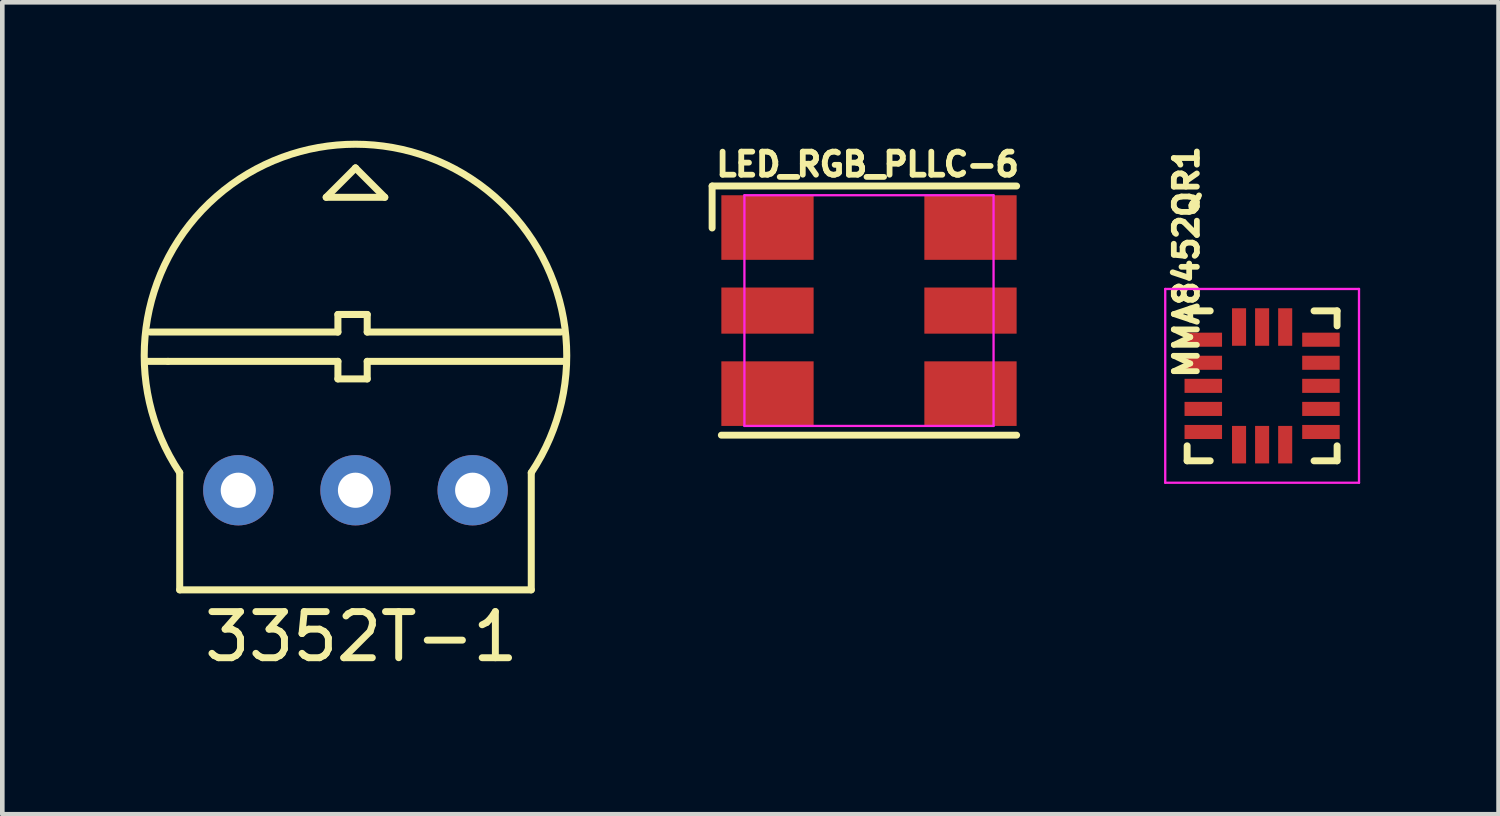
<source format=kicad_pcb>
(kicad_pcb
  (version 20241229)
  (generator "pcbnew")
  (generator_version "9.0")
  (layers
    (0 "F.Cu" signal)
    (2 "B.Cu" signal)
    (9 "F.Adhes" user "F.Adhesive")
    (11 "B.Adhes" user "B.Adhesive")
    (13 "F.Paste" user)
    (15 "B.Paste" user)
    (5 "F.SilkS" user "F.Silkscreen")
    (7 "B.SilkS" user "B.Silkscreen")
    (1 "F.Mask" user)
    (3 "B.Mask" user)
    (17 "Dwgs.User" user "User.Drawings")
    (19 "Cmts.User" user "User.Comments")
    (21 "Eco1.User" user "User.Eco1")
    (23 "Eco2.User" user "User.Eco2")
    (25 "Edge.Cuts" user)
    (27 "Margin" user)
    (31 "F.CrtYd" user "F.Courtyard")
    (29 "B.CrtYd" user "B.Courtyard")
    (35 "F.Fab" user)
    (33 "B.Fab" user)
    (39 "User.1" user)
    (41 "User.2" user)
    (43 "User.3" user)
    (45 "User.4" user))
  (footprint "MMA8452QR1"
    (layer "F.Cu")
    (at 24.306 5.313)
    (property "Reference" "MMA8452QR1" (at -1.639 -2.687 90) (layer "F.SilkS") (effects (font (size 0.5 0.5) (thickness 0.125))))
    (attr smd)
    (fp_line (start -1.625 -1.625) (end -1.125 -1.625) (stroke (width 0.15) (type solid)) (layer "F.SilkS"))
    (fp_line (start -1.625 1.625) (end -1.625 1.3) (stroke (width 0.15) (type solid)) (layer "F.SilkS"))
    (fp_line (start -1.625 1.625) (end -1.125 1.625) (stroke (width 0.15) (type solid)) (layer "F.SilkS"))
    (fp_line (start 1.625 -1.625) (end 1.125 -1.625) (stroke (width 0.15) (type solid)) (layer "F.SilkS"))
    (fp_line (start 1.625 -1.625) (end 1.625 -1.3) (stroke (width 0.15) (type solid)) (layer "F.SilkS"))
    (fp_line (start 1.625 1.625) (end 1.125 1.625) (stroke (width 0.15) (type solid)) (layer "F.SilkS"))
    (fp_line (start 1.625 1.625) (end 1.625 1.3) (stroke (width 0.15) (type solid)) (layer "F.SilkS"))
    (fp_line (start -2.1 -2.1) (end -2.1 2.1) (stroke (width 0.05) (type solid)) (layer "F.CrtYd"))
    (fp_line (start -2.1 -2.1) (end 2.1 -2.1) (stroke (width 0.05) (type solid)) (layer "F.CrtYd"))
    (fp_line (start -2.1 2.1) (end 2.1 2.1) (stroke (width 0.05) (type solid)) (layer "F.CrtYd"))
    (fp_line (start 2.1 -2.1) (end 2.1 2.1) (stroke (width 0.05) (type solid)) (layer "F.CrtYd"))
    (pad "1" smd rect (at -1.275 -1) (size 0.813 0.305) (layers "F.Cu" "F.Mask" "F.Paste"))
    (pad "2" smd rect (at -1.275 -0.5) (size 0.813 0.305) (layers "F.Cu" "F.Mask" "F.Paste"))
    (pad "3" smd rect (at -1.275 0) (size 0.813 0.305) (layers "F.Cu" "F.Mask" "F.Paste"))
    (pad "4" smd rect (at -1.275 0.5) (size 0.813 0.305) (layers "F.Cu" "F.Mask" "F.Paste"))
    (pad "5" smd rect (at -1.275 1) (size 0.813 0.305) (layers "F.Cu" "F.Mask" "F.Paste"))
    (pad "6" smd rect (at -0.5 1.275 90) (size 0.813 0.305) (layers "F.Cu" "F.Mask" "F.Paste"))
    (pad "7" smd rect (at 0 1.275 90) (size 0.813 0.305) (layers "F.Cu" "F.Mask" "F.Paste"))
    (pad "8" smd rect (at 0.5 1.275 90) (size 0.813 0.305) (layers "F.Cu" "F.Mask" "F.Paste"))
    (pad "9" smd rect (at 1.275 1) (size 0.813 0.305) (layers "F.Cu" "F.Mask" "F.Paste"))
    (pad "10" smd rect (at 1.275 0.5) (size 0.813 0.305) (layers "F.Cu" "F.Mask" "F.Paste"))
    (pad "11" smd rect (at 1.275 0) (size 0.813 0.305) (layers "F.Cu" "F.Mask" "F.Paste"))
    (pad "12" smd rect (at 1.275 -0.5) (size 0.813 0.305) (layers "F.Cu" "F.Mask" "F.Paste"))
    (pad "13" smd rect (at 1.275 -1) (size 0.813 0.305) (layers "F.Cu" "F.Mask" "F.Paste"))
    (pad "14" smd rect (at 0.5 -1.275 90) (size 0.813 0.305) (layers "F.Cu" "F.Mask" "F.Paste"))
    (pad "15" smd rect (at 0 -1.275 90) (size 0.813 0.305) (layers "F.Cu" "F.Mask" "F.Paste"))
    (pad "16" smd rect (at -0.5 -1.275 90) (size 0.813 0.305) (layers "F.Cu" "F.Mask" "F.Paste")))
  (footprint "LED_RGB_PLLC-6"
    (layer "F.Cu")
    (at 15.785 3.682)
    (property "Reference" "LED_RGB_PLLC-6" (at -0.03 -3.17 0) (layer "F.SilkS") (effects (font (size 0.5 0.5) (thickness 0.125))))
    (attr smd)
    (fp_line (start -3.4 -2.7) (end -3.4 -1.79) (stroke (width 0.15) (type solid)) (layer "F.SilkS"))
    (fp_line (start -3.2 2.7) (end 3.2 2.7) (stroke (width 0.15) (type solid)) (layer "F.SilkS"))
    (fp_line (start 3.2 -2.7) (end -3.4 -2.7) (stroke (width 0.15) (type solid)) (layer "F.SilkS"))
    (fp_line (start -2.7 -2.5) (end -2.7 2.5) (stroke (width 0.05) (type solid)) (layer "F.CrtYd"))
    (fp_line (start -2.7 -2.5) (end 2.7 -2.5) (stroke (width 0.05) (type solid)) (layer "F.CrtYd"))
    (fp_line (start -2.7 2.5) (end 2.7 2.5) (stroke (width 0.05) (type solid)) (layer "F.CrtYd"))
    (fp_line (start 2.7 -2.5) (end 2.7 2.5) (stroke (width 0.05) (type solid)) (layer "F.CrtYd"))
    (pad "1" smd rect (at -2.2 -1.8 90) (size 1.4 2) (layers "F.Cu" "F.Mask" "F.Paste"))
    (pad "2" smd rect (at -2.2 0 90) (size 1 2) (layers "F.Cu" "F.Mask" "F.Paste"))
    (pad "3" smd rect (at -2.2 1.8 90) (size 1.4 2) (layers "F.Cu" "F.Mask" "F.Paste"))
    (pad "4" smd rect (at 2.2 1.8 90) (size 1.4 2) (layers "F.Cu" "F.Mask" "F.Paste"))
    (pad "5" smd rect (at 2.2 0 90) (size 1 2) (layers "F.Cu" "F.Mask" "F.Paste"))
    (pad "6" smd rect (at 2.2 -1.8 90) (size 1.4 2) (layers "F.Cu" "F.Mask" "F.Paste")))
  (footprint "3352T-1"
    (layer "F.Cu")
    (at 4.655 7.576)
    (property "Reference" "3352T-1" (at 0.127 3.175 0) (layer "F.SilkS") (effects (font (size 1 1) (thickness 0.15))))
    (attr through_hole)
    (fp_line (start -4.445 -3.429) (end -0.381 -3.429) (stroke (width 0.152) (type solid)) (layer "F.SilkS"))
    (fp_line (start -4.064 -2.794) (end -4.064 -2.794) (stroke (width 0.152) (type solid)) (layer "F.SilkS"))
    (fp_line (start -3.81 -0.381) (end -3.81 2.159) (stroke (width 0.152) (type solid)) (layer "F.SilkS"))
    (fp_line (start -3.81 2.159) (end 3.81 2.159) (stroke (width 0.152) (type solid)) (layer "F.SilkS"))
    (fp_line (start -0.635 -6.35) (end 0.635 -6.35) (stroke (width 0.152) (type solid)) (layer "F.SilkS"))
    (fp_line (start -0.381 -3.81) (end 0.254 -3.81) (stroke (width 0.152) (type solid)) (layer "F.SilkS"))
    (fp_line (start -0.381 -3.429) (end -0.381 -3.81) (stroke (width 0.152) (type solid)) (layer "F.SilkS"))
    (fp_line (start -0.381 -2.794) (end -4.572 -2.794) (stroke (width 0.152) (type solid)) (layer "F.SilkS"))
    (fp_line (start -0.381 -2.413) (end -0.381 -2.794) (stroke (width 0.152) (type solid)) (layer "F.SilkS"))
    (fp_line (start 0 -6.985) (end -0.635 -6.35) (stroke (width 0.152) (type solid)) (layer "F.SilkS"))
    (fp_line (start 0 -6.985) (end 0 -6.985) (stroke (width 0.152) (type solid)) (layer "F.SilkS"))
    (fp_line (start 0.254 -3.81) (end 0.254 -3.429) (stroke (width 0.152) (type solid)) (layer "F.SilkS"))
    (fp_line (start 0.254 -3.429) (end 4.445 -3.429) (stroke (width 0.152) (type solid)) (layer "F.SilkS"))
    (fp_line (start 0.254 -2.794) (end 0.254 -2.413) (stroke (width 0.152) (type solid)) (layer "F.SilkS"))
    (fp_line (start 0.254 -2.413) (end -0.381 -2.413) (stroke (width 0.152) (type solid)) (layer "F.SilkS"))
    (fp_line (start 0.635 -6.35) (end 0 -6.985) (stroke (width 0.152) (type solid)) (layer "F.SilkS"))
    (fp_line (start 3.81 2.159) (end 3.81 -0.381) (stroke (width 0.152) (type solid)) (layer "F.SilkS"))
    (fp_line (start 4.572 -2.794) (end 0.254 -2.794) (stroke (width 0.152) (type solid)) (layer "F.SilkS"))
    (fp_arc (start -3.809999 -0.381001) (mid 0 -7.500049) (end 3.809999 -0.381001) (stroke (width 0.1524) (type solid)) (layer "F.SilkS"))
    (pad "1" thru_hole circle (at -2.54 0) (size 1.524 1.524) (drill 0.762) (layers "*.Cu" "*.Mask"))
    (pad "2" thru_hole circle (at 0 0) (size 1.524 1.524) (drill 0.762) (layers "*.Cu" "*.Mask"))
    (pad "3" thru_hole circle (at 2.54 0) (size 1.524 1.524) (drill 0.762) (layers "*.Cu" "*.Mask")))
  (gr_rect
    (start -3 -3)
    (end 29.431 14.599)
    (stroke (width 0.1) (type default))
    (fill no)
    (layer "Edge.Cuts")))
</source>
